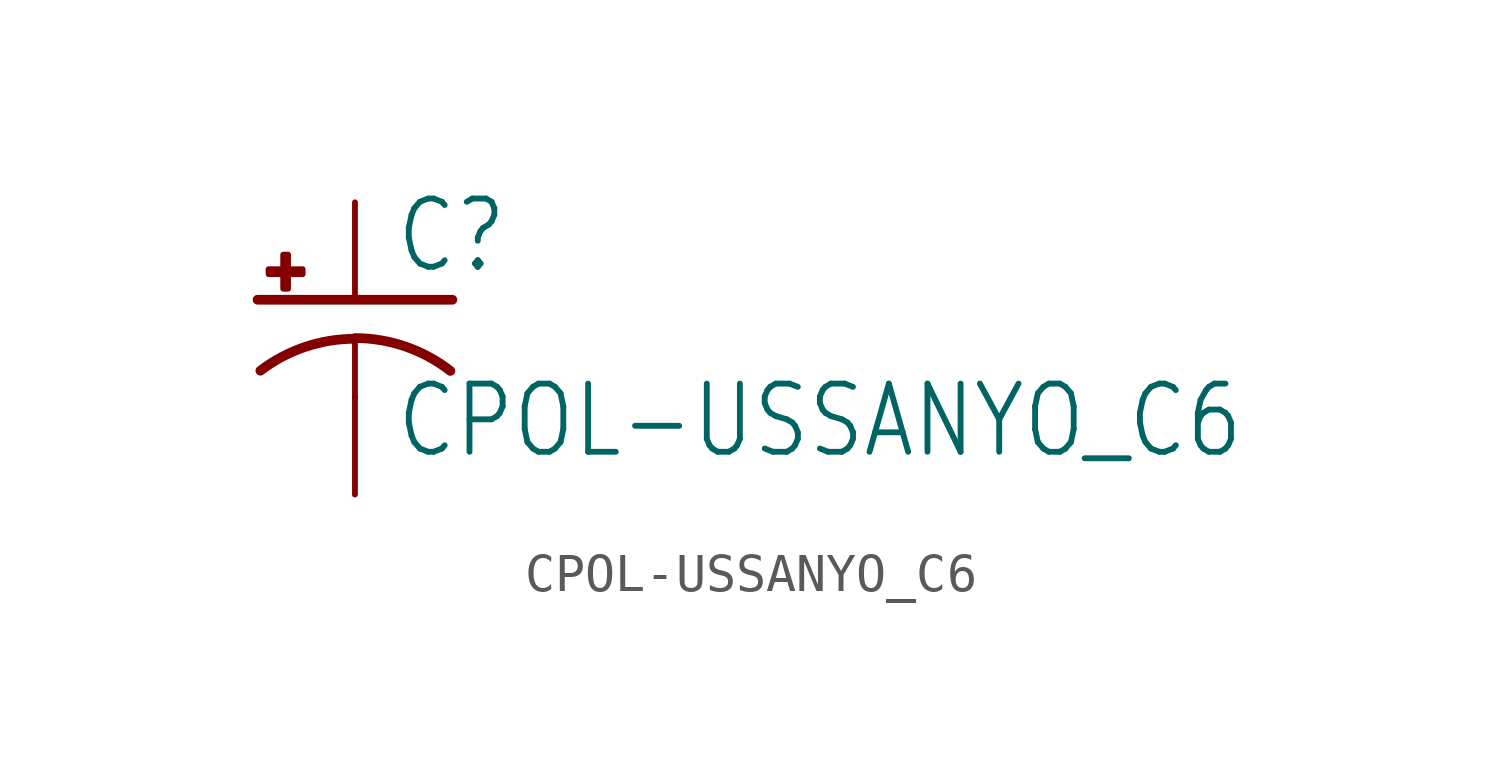
<source format=kicad_sym>
(kicad_symbol_lib
  (version 20211014)
  (generator kicad_symbol_editor)
  (symbol "CPOL-USSANYO_C6"
    (property "Reference" "C"
      (at 1.016 0.635 0)
      (effects (font (size 1.778 1.511)) (justify left bottom)))
    (property "Value" "CPOL-USSANYO_C6"
      (at 1.016 -4.191 0)
      (effects (font (size 1.778 1.511)) (justify left bottom)))
    (property "ki_locked" ""
      (at 0 0 0)
      (effects (font (size 1.27 1.27))))
    (symbol "CPOL-USSANYO_C6_1_0"
      (rectangle (start -2.253 0.668) (end -1.364 0.795) (stroke (width 0) (type default) (color 0 0 0 0)) (fill (type outline)))
      (rectangle (start -1.872 0.287) (end -1.745 1.176) (stroke (width 0) (type default) (color 0 0 0 0)) (fill (type outline)))
      (arc (start 0 -1.0161) (mid -1.3021 -1.2302) (end -2.4669 -1.8504) (stroke (width 0.254) (type default) (color 0 0 0 0)) (fill (type none)))
      (polyline (pts (xy -2.54 0) (xy 2.54 0)) (stroke (width 0.254) (type default) (color 0 0 0 0)) (fill (type none)))
      (polyline (pts (xy 0 -1.016) (xy 0 -2.54)) (stroke (width 0.152) (type default) (color 0 0 0 0)) (fill (type none)))
      (arc (start 2.4892 -1.8542) (mid 1.3158 -1.2195) (end 0 -1) (stroke (width 0.254) (type default) (color 0 0 0 0)) (fill (type none)))
      (pin passive line (at 0 2.54 270) (length 2.54) (name "+" (effects (font (size 0 0)))) (number "+" (effects (font (size 0 0)))))
      (pin passive line (at 0 -5.08 90) (length 2.54) (name "-" (effects (font (size 0 0)))) (number "-" (effects (font (size 0 0))))))))
</source>
